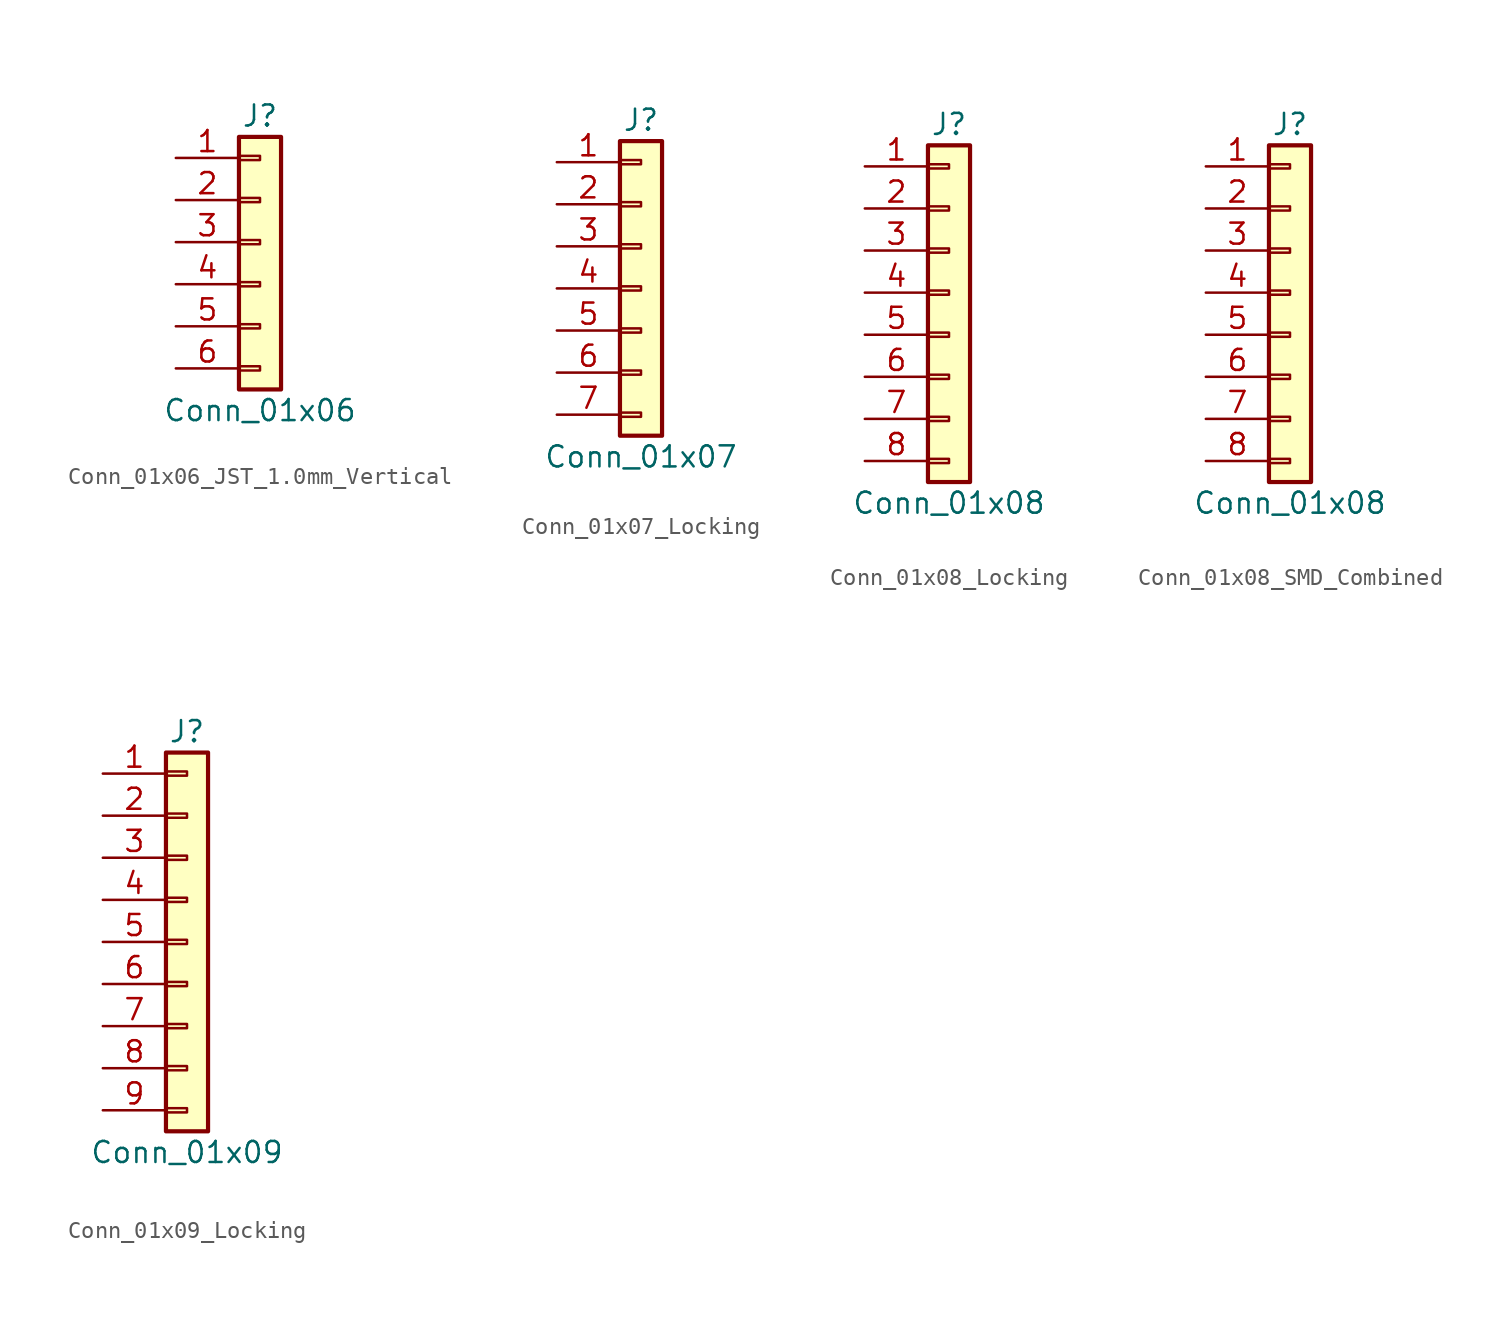
<source format=kicad_sym>
(kicad_symbol_lib
  (version 20231120)
  (generator "kicad_symbol_editor")
  (generator_version "8.0")
  (symbol "Conn_01x06_JST_1.0mm_Vertical"
    (pin_names
      (offset 1.016) hide)
    (property "Reference" "J"
      (at 0 7.62 0)
      (effects (font (size 1.27 1.27))))
    (property "Value" "Conn_01x06"
      (at 0 -10.16 0)
      (effects (font (size 1.27 1.27))))
    (symbol "Conn_01x06_JST_1.0mm_Vertical_1_1"
      (rectangle (start -1.27 -7.493) (end 0 -7.747) (stroke (width 0.152) (type default)) (fill (type none)))
      (rectangle (start -1.27 -4.953) (end 0 -5.207) (stroke (width 0.152) (type default)) (fill (type none)))
      (rectangle (start -1.27 -2.413) (end 0 -2.667) (stroke (width 0.152) (type default)) (fill (type none)))
      (rectangle (start -1.27 0.127) (end 0 -0.127) (stroke (width 0.152) (type default)) (fill (type none)))
      (rectangle (start -1.27 2.667) (end 0 2.413) (stroke (width 0.152) (type default)) (fill (type none)))
      (rectangle (start -1.27 5.207) (end 0 4.953) (stroke (width 0.152) (type default)) (fill (type none)))
      (rectangle (start -1.27 6.35) (end 1.27 -8.89) (stroke (width 0.254) (type default)) (fill (type background)))
      (pin passive line (at -5.08 5.08 0) (length 3.81) (name "Pin_1" (effects (font (size 1.27 1.27)))) (number "1" (effects (font (size 1.27 1.27)))))
      (pin passive line (at -5.08 2.54 0) (length 3.81) (name "Pin_2" (effects (font (size 1.27 1.27)))) (number "2" (effects (font (size 1.27 1.27)))))
      (pin passive line (at -5.08 0 0) (length 3.81) (name "Pin_3" (effects (font (size 1.27 1.27)))) (number "3" (effects (font (size 1.27 1.27)))))
      (pin passive line (at -5.08 -2.54 0) (length 3.81) (name "Pin_4" (effects (font (size 1.27 1.27)))) (number "4" (effects (font (size 1.27 1.27)))))
      (pin passive line (at -5.08 -5.08 0) (length 3.81) (name "Pin_5" (effects (font (size 1.27 1.27)))) (number "5" (effects (font (size 1.27 1.27)))))
      (pin passive line (at -5.08 -7.62 0) (length 3.81) (name "Pin_6" (effects (font (size 1.27 1.27)))) (number "6" (effects (font (size 1.27 1.27)))))))
  (symbol "Conn_01x07_Locking"
    (pin_names
      (offset 1.016) hide)
    (property "Reference" "J"
      (at 0 10.16 0)
      (effects (font (size 1.27 1.27))))
    (property "Value" "Conn_01x07"
      (at 0 -10.16 0)
      (effects (font (size 1.27 1.27))))
    (symbol "Conn_01x07_Locking_1_1"
      (rectangle (start -1.27 -7.493) (end 0 -7.747) (stroke (width 0.152) (type default)) (fill (type none)))
      (rectangle (start -1.27 -4.953) (end 0 -5.207) (stroke (width 0.152) (type default)) (fill (type none)))
      (rectangle (start -1.27 -2.413) (end 0 -2.667) (stroke (width 0.152) (type default)) (fill (type none)))
      (rectangle (start -1.27 0.127) (end 0 -0.127) (stroke (width 0.152) (type default)) (fill (type none)))
      (rectangle (start -1.27 2.667) (end 0 2.413) (stroke (width 0.152) (type default)) (fill (type none)))
      (rectangle (start -1.27 5.207) (end 0 4.953) (stroke (width 0.152) (type default)) (fill (type none)))
      (rectangle (start -1.27 7.747) (end 0 7.493) (stroke (width 0.152) (type default)) (fill (type none)))
      (rectangle (start -1.27 8.89) (end 1.27 -8.89) (stroke (width 0.254) (type default)) (fill (type background)))
      (pin passive line (at -5.08 7.62 0) (length 3.81) (name "Pin_1" (effects (font (size 1.27 1.27)))) (number "1" (effects (font (size 1.27 1.27)))))
      (pin passive line (at -5.08 5.08 0) (length 3.81) (name "Pin_2" (effects (font (size 1.27 1.27)))) (number "2" (effects (font (size 1.27 1.27)))))
      (pin passive line (at -5.08 2.54 0) (length 3.81) (name "Pin_3" (effects (font (size 1.27 1.27)))) (number "3" (effects (font (size 1.27 1.27)))))
      (pin passive line (at -5.08 0 0) (length 3.81) (name "Pin_4" (effects (font (size 1.27 1.27)))) (number "4" (effects (font (size 1.27 1.27)))))
      (pin passive line (at -5.08 -2.54 0) (length 3.81) (name "Pin_5" (effects (font (size 1.27 1.27)))) (number "5" (effects (font (size 1.27 1.27)))))
      (pin passive line (at -5.08 -5.08 0) (length 3.81) (name "Pin_6" (effects (font (size 1.27 1.27)))) (number "6" (effects (font (size 1.27 1.27)))))
      (pin passive line (at -5.08 -7.62 0) (length 3.81) (name "Pin_7" (effects (font (size 1.27 1.27)))) (number "7" (effects (font (size 1.27 1.27)))))))
  (symbol "Conn_01x08_Locking"
    (pin_names
      (offset 1.016) hide)
    (property "Reference" "J"
      (at 0 10.16 0)
      (effects (font (size 1.27 1.27))))
    (property "Value" "Conn_01x08"
      (at 0 -12.7 0)
      (effects (font (size 1.27 1.27))))
    (symbol "Conn_01x08_Locking_1_1"
      (rectangle (start -1.27 -10.033) (end 0 -10.287) (stroke (width 0.152) (type default)) (fill (type none)))
      (rectangle (start -1.27 -7.493) (end 0 -7.747) (stroke (width 0.152) (type default)) (fill (type none)))
      (rectangle (start -1.27 -4.953) (end 0 -5.207) (stroke (width 0.152) (type default)) (fill (type none)))
      (rectangle (start -1.27 -2.413) (end 0 -2.667) (stroke (width 0.152) (type default)) (fill (type none)))
      (rectangle (start -1.27 0.127) (end 0 -0.127) (stroke (width 0.152) (type default)) (fill (type none)))
      (rectangle (start -1.27 2.667) (end 0 2.413) (stroke (width 0.152) (type default)) (fill (type none)))
      (rectangle (start -1.27 5.207) (end 0 4.953) (stroke (width 0.152) (type default)) (fill (type none)))
      (rectangle (start -1.27 7.747) (end 0 7.493) (stroke (width 0.152) (type default)) (fill (type none)))
      (rectangle (start -1.27 8.89) (end 1.27 -11.43) (stroke (width 0.254) (type default)) (fill (type background)))
      (pin passive line (at -5.08 7.62 0) (length 3.81) (name "Pin_1" (effects (font (size 1.27 1.27)))) (number "1" (effects (font (size 1.27 1.27)))))
      (pin passive line (at -5.08 5.08 0) (length 3.81) (name "Pin_2" (effects (font (size 1.27 1.27)))) (number "2" (effects (font (size 1.27 1.27)))))
      (pin passive line (at -5.08 2.54 0) (length 3.81) (name "Pin_3" (effects (font (size 1.27 1.27)))) (number "3" (effects (font (size 1.27 1.27)))))
      (pin passive line (at -5.08 0 0) (length 3.81) (name "Pin_4" (effects (font (size 1.27 1.27)))) (number "4" (effects (font (size 1.27 1.27)))))
      (pin passive line (at -5.08 -2.54 0) (length 3.81) (name "Pin_5" (effects (font (size 1.27 1.27)))) (number "5" (effects (font (size 1.27 1.27)))))
      (pin passive line (at -5.08 -5.08 0) (length 3.81) (name "Pin_6" (effects (font (size 1.27 1.27)))) (number "6" (effects (font (size 1.27 1.27)))))
      (pin passive line (at -5.08 -7.62 0) (length 3.81) (name "Pin_7" (effects (font (size 1.27 1.27)))) (number "7" (effects (font (size 1.27 1.27)))))
      (pin passive line (at -5.08 -10.16 0) (length 3.81) (name "Pin_8" (effects (font (size 1.27 1.27)))) (number "8" (effects (font (size 1.27 1.27)))))))
  (symbol "Conn_01x08_SMD_Combined"
    (pin_names
      (offset 1.016) hide)
    (property "Reference" "J"
      (at 0 10.16 0)
      (effects (font (size 1.27 1.27))))
    (property "Value" "Conn_01x08"
      (at 0 -12.7 0)
      (effects (font (size 1.27 1.27))))
    (symbol "Conn_01x08_SMD_Combined_1_1"
      (rectangle (start -1.27 -10.033) (end 0 -10.287) (stroke (width 0.152) (type default)) (fill (type none)))
      (rectangle (start -1.27 -7.493) (end 0 -7.747) (stroke (width 0.152) (type default)) (fill (type none)))
      (rectangle (start -1.27 -4.953) (end 0 -5.207) (stroke (width 0.152) (type default)) (fill (type none)))
      (rectangle (start -1.27 -2.413) (end 0 -2.667) (stroke (width 0.152) (type default)) (fill (type none)))
      (rectangle (start -1.27 0.127) (end 0 -0.127) (stroke (width 0.152) (type default)) (fill (type none)))
      (rectangle (start -1.27 2.667) (end 0 2.413) (stroke (width 0.152) (type default)) (fill (type none)))
      (rectangle (start -1.27 5.207) (end 0 4.953) (stroke (width 0.152) (type default)) (fill (type none)))
      (rectangle (start -1.27 7.747) (end 0 7.493) (stroke (width 0.152) (type default)) (fill (type none)))
      (rectangle (start -1.27 8.89) (end 1.27 -11.43) (stroke (width 0.254) (type default)) (fill (type background)))
      (pin passive line (at -5.08 7.62 0) (length 3.81) (name "Pin_1" (effects (font (size 1.27 1.27)))) (number "1" (effects (font (size 1.27 1.27)))))
      (pin passive line (at -5.08 5.08 0) (length 3.81) (name "Pin_2" (effects (font (size 1.27 1.27)))) (number "2" (effects (font (size 1.27 1.27)))))
      (pin passive line (at -5.08 2.54 0) (length 3.81) (name "Pin_3" (effects (font (size 1.27 1.27)))) (number "3" (effects (font (size 1.27 1.27)))))
      (pin passive line (at -5.08 0 0) (length 3.81) (name "Pin_4" (effects (font (size 1.27 1.27)))) (number "4" (effects (font (size 1.27 1.27)))))
      (pin passive line (at -5.08 -2.54 0) (length 3.81) (name "Pin_5" (effects (font (size 1.27 1.27)))) (number "5" (effects (font (size 1.27 1.27)))))
      (pin passive line (at -5.08 -5.08 0) (length 3.81) (name "Pin_6" (effects (font (size 1.27 1.27)))) (number "6" (effects (font (size 1.27 1.27)))))
      (pin passive line (at -5.08 -7.62 0) (length 3.81) (name "Pin_7" (effects (font (size 1.27 1.27)))) (number "7" (effects (font (size 1.27 1.27)))))
      (pin passive line (at -5.08 -10.16 0) (length 3.81) (name "Pin_8" (effects (font (size 1.27 1.27)))) (number "8" (effects (font (size 1.27 1.27)))))))
  (symbol "Conn_01x09_Locking"
    (pin_names
      (offset 1.016) hide)
    (property "Reference" "J"
      (at 0 12.7 0)
      (effects (font (size 1.27 1.27))))
    (property "Value" "Conn_01x09"
      (at 0 -12.7 0)
      (effects (font (size 1.27 1.27))))
    (symbol "Conn_01x09_Locking_1_1"
      (rectangle (start -1.27 -10.033) (end 0 -10.287) (stroke (width 0.152) (type default)) (fill (type none)))
      (rectangle (start -1.27 -7.493) (end 0 -7.747) (stroke (width 0.152) (type default)) (fill (type none)))
      (rectangle (start -1.27 -4.953) (end 0 -5.207) (stroke (width 0.152) (type default)) (fill (type none)))
      (rectangle (start -1.27 -2.413) (end 0 -2.667) (stroke (width 0.152) (type default)) (fill (type none)))
      (rectangle (start -1.27 0.127) (end 0 -0.127) (stroke (width 0.152) (type default)) (fill (type none)))
      (rectangle (start -1.27 2.667) (end 0 2.413) (stroke (width 0.152) (type default)) (fill (type none)))
      (rectangle (start -1.27 5.207) (end 0 4.953) (stroke (width 0.152) (type default)) (fill (type none)))
      (rectangle (start -1.27 7.747) (end 0 7.493) (stroke (width 0.152) (type default)) (fill (type none)))
      (rectangle (start -1.27 10.287) (end 0 10.033) (stroke (width 0.152) (type default)) (fill (type none)))
      (rectangle (start -1.27 11.43) (end 1.27 -11.43) (stroke (width 0.254) (type default)) (fill (type background)))
      (pin passive line (at -5.08 10.16 0) (length 3.81) (name "Pin_1" (effects (font (size 1.27 1.27)))) (number "1" (effects (font (size 1.27 1.27)))))
      (pin passive line (at -5.08 7.62 0) (length 3.81) (name "Pin_2" (effects (font (size 1.27 1.27)))) (number "2" (effects (font (size 1.27 1.27)))))
      (pin passive line (at -5.08 5.08 0) (length 3.81) (name "Pin_3" (effects (font (size 1.27 1.27)))) (number "3" (effects (font (size 1.27 1.27)))))
      (pin passive line (at -5.08 2.54 0) (length 3.81) (name "Pin_4" (effects (font (size 1.27 1.27)))) (number "4" (effects (font (size 1.27 1.27)))))
      (pin passive line (at -5.08 0 0) (length 3.81) (name "Pin_5" (effects (font (size 1.27 1.27)))) (number "5" (effects (font (size 1.27 1.27)))))
      (pin passive line (at -5.08 -2.54 0) (length 3.81) (name "Pin_6" (effects (font (size 1.27 1.27)))) (number "6" (effects (font (size 1.27 1.27)))))
      (pin passive line (at -5.08 -5.08 0) (length 3.81) (name "Pin_7" (effects (font (size 1.27 1.27)))) (number "7" (effects (font (size 1.27 1.27)))))
      (pin passive line (at -5.08 -7.62 0) (length 3.81) (name "Pin_8" (effects (font (size 1.27 1.27)))) (number "8" (effects (font (size 1.27 1.27)))))
      (pin passive line (at -5.08 -10.16 0) (length 3.81) (name "Pin_9" (effects (font (size 1.27 1.27)))) (number "9" (effects (font (size 1.27 1.27))))))))
</source>
